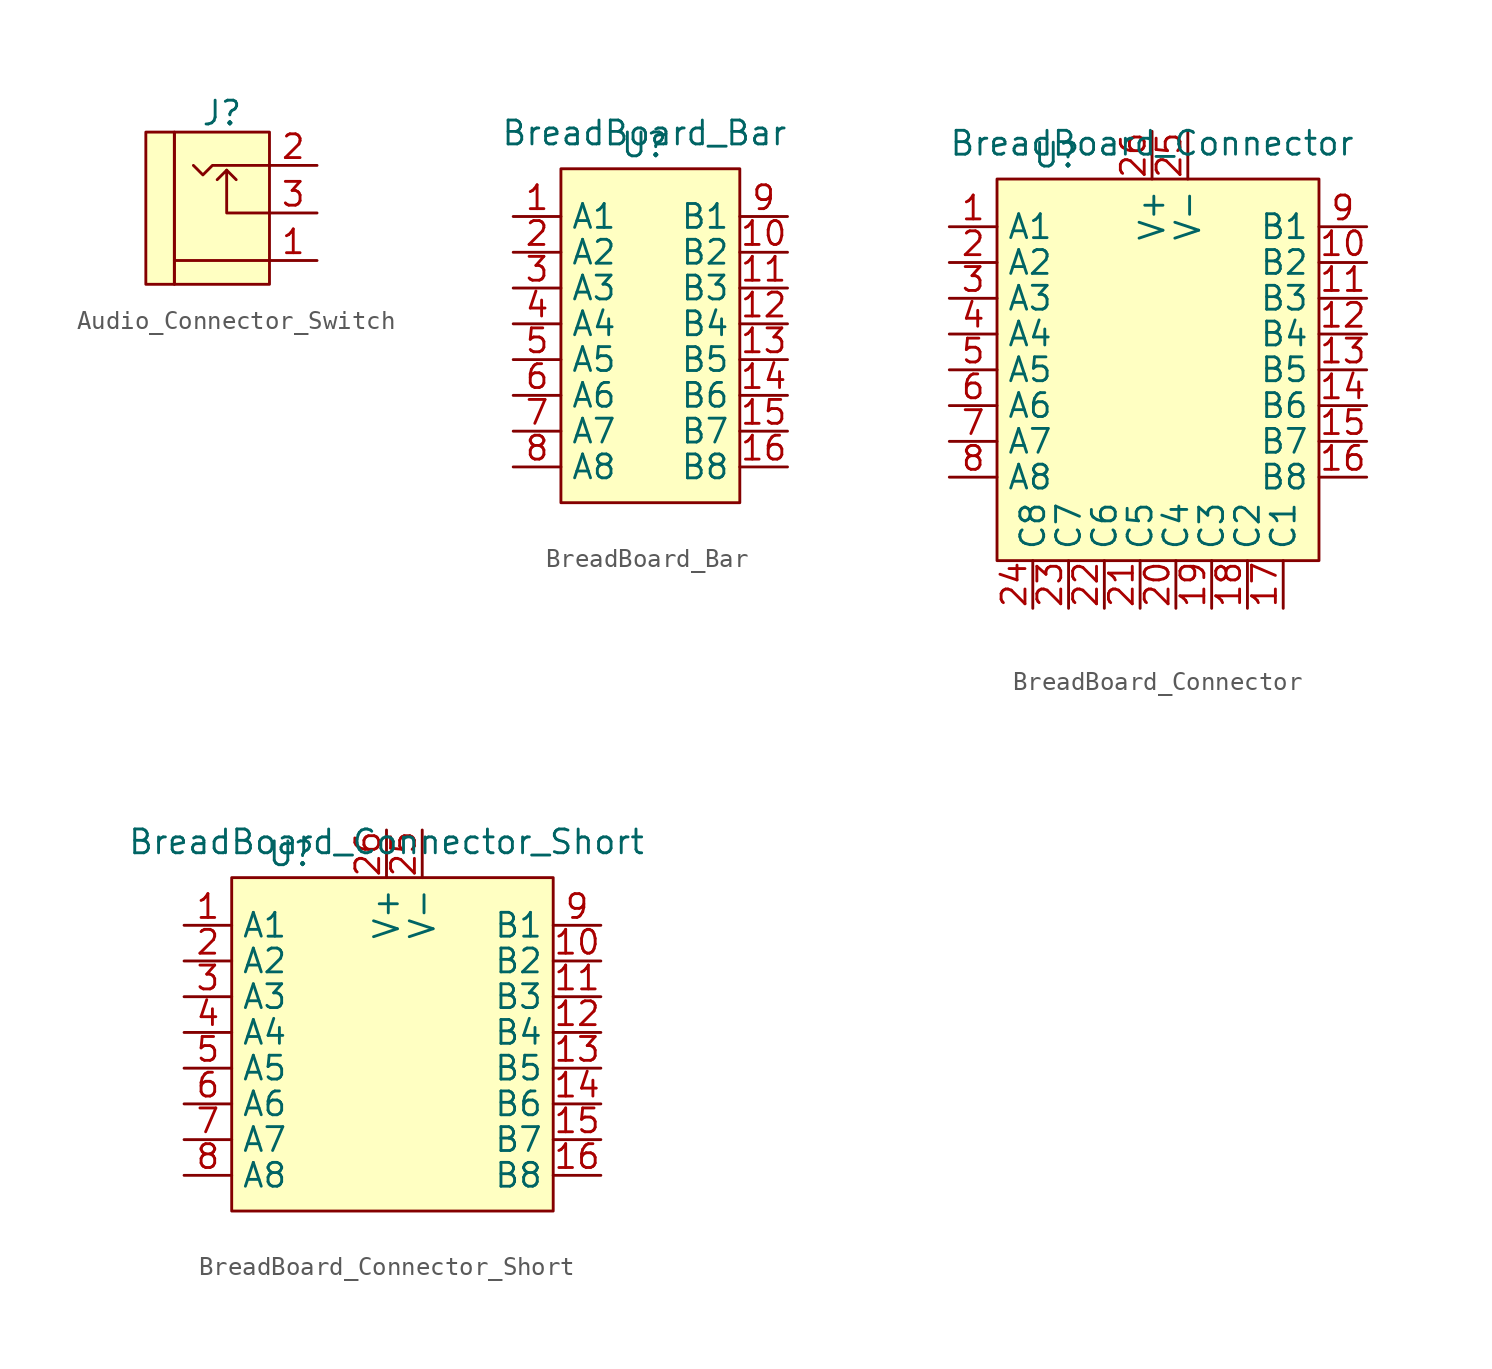
<source format=kicad_sym>
(kicad_symbol_lib
  (version 20241209)
  (generator "kicad_symbol_editor")
  (generator_version "9.0")
  (symbol "Audio_Connector_Switch"
    (property "Reference" "J"
      (at 0 2.794 0)
      (effects (font (size 1.27 1.27))))
    (property "Value" ""
      (at 0 0 0)
      (effects (font (size 1.27 1.27))))
    (symbol "Audio_Connector_Switch_0_1"
      (polyline (pts (xy 0.254 -0.254) (xy 0.762 -0.762)) (stroke (width 0) (type default)) (fill (type none)))
      (polyline (pts (xy 2.54 0) (xy -0.508 0) (xy -1.016 -0.508) (xy -1.524 0)) (stroke (width 0) (type default)) (fill (type none)))
      (polyline (pts (xy 2.54 -2.54) (xy 0.254 -2.54) (xy 0.254 -0.254) (xy -0.254 -0.762)) (stroke (width 0) (type default)) (fill (type none)))
      (polyline (pts (xy 2.54 -5.08) (xy -2.54 -5.08)) (stroke (width 0) (type default)) (fill (type none))))
    (symbol "Audio_Connector_Switch_1_1"
      (rectangle (start -4.064 1.778) (end -2.54 -6.35) (stroke (width 0) (type default)) (fill (type background)))
      (rectangle (start -2.54 1.778) (end 2.54 -6.35) (stroke (width 0) (type default)) (fill (type background)))
      (pin passive line (at 5.08 0 180) (length 2.54) (name "~" (effects (font (size 1.27 1.27)))) (number "2" (effects (font (size 1.27 1.27)))))
      (pin passive line (at 5.08 -2.54 180) (length 2.54) (name "~" (effects (font (size 1.27 1.27)))) (number "3" (effects (font (size 1.27 1.27)))))
      (pin passive line (at 5.08 -5.08 180) (length 2.54) (name "~" (effects (font (size 1.27 1.27)))) (number "1" (effects (font (size 1.27 1.27)))))))
  (symbol "BreadBoard_Bar"
    (property "Reference" "U"
      (at 0 -0.635 0)
      (effects (font (size 1.27 1.27))))
    (property "Value" "BreadBoard_Bar"
      (at 0 0 0)
      (effects (font (size 1.27 1.27))))
    (symbol "BreadBoard_Bar_1_1"
      (rectangle (start -4.445 -1.905) (end 5.08 -19.685) (stroke (width 0) (type default)) (fill (type background)))
      (pin passive line (at -6.985 -4.445 0) (length 2.54) (name "A1" (effects (font (size 1.27 1.27)))) (number "1" (effects (font (size 1.27 1.27)))))
      (pin passive line (at -6.985 -6.35 0) (length 2.54) (name "A2" (effects (font (size 1.27 1.27)))) (number "2" (effects (font (size 1.27 1.27)))))
      (pin passive line (at -6.985 -8.255 0) (length 2.54) (name "A3" (effects (font (size 1.27 1.27)))) (number "3" (effects (font (size 1.27 1.27)))))
      (pin passive line (at -6.985 -10.16 0) (length 2.54) (name "A4" (effects (font (size 1.27 1.27)))) (number "4" (effects (font (size 1.27 1.27)))))
      (pin passive line (at -6.985 -12.065 0) (length 2.54) (name "A5" (effects (font (size 1.27 1.27)))) (number "5" (effects (font (size 1.27 1.27)))))
      (pin passive line (at -6.985 -13.97 0) (length 2.54) (name "A6" (effects (font (size 1.27 1.27)))) (number "6" (effects (font (size 1.27 1.27)))))
      (pin passive line (at -6.985 -15.875 0) (length 2.54) (name "A7" (effects (font (size 1.27 1.27)))) (number "7" (effects (font (size 1.27 1.27)))))
      (pin passive line (at -6.985 -17.78 0) (length 2.54) (name "A8" (effects (font (size 1.27 1.27)))) (number "8" (effects (font (size 1.27 1.27)))))
      (pin passive line (at 7.62 -4.445 180) (length 2.54) (name "B1" (effects (font (size 1.27 1.27)))) (number "9" (effects (font (size 1.27 1.27)))))
      (pin passive line (at 7.62 -6.35 180) (length 2.54) (name "B2" (effects (font (size 1.27 1.27)))) (number "10" (effects (font (size 1.27 1.27)))))
      (pin passive line (at 7.62 -8.255 180) (length 2.54) (name "B3" (effects (font (size 1.27 1.27)))) (number "11" (effects (font (size 1.27 1.27)))))
      (pin passive line (at 7.62 -10.16 180) (length 2.54) (name "B4" (effects (font (size 1.27 1.27)))) (number "12" (effects (font (size 1.27 1.27)))))
      (pin passive line (at 7.62 -12.065 180) (length 2.54) (name "B5" (effects (font (size 1.27 1.27)))) (number "13" (effects (font (size 1.27 1.27)))))
      (pin passive line (at 7.62 -13.97 180) (length 2.54) (name "B6" (effects (font (size 1.27 1.27)))) (number "14" (effects (font (size 1.27 1.27)))))
      (pin passive line (at 7.62 -15.875 180) (length 2.54) (name "B7" (effects (font (size 1.27 1.27)))) (number "15" (effects (font (size 1.27 1.27)))))
      (pin passive line (at 7.62 -17.78 180) (length 2.54) (name "B8" (effects (font (size 1.27 1.27)))) (number "16" (effects (font (size 1.27 1.27)))))))
  (symbol "BreadBoard_Connector"
    (property "Reference" "U"
      (at -5.08 -0.635 0)
      (effects (font (size 1.27 1.27))))
    (property "Value" "BreadBoard_Connector"
      (at 0 0 0)
      (effects (font (size 1.27 1.27))))
    (symbol "BreadBoard_Connector_1_1"
      (rectangle (start -8.255 -1.905) (end 8.89 -22.225) (stroke (width 0) (type default)) (fill (type background)))
      (pin passive line (at -10.795 -4.445 0) (length 2.54) (name "A1" (effects (font (size 1.27 1.27)))) (number "1" (effects (font (size 1.27 1.27)))))
      (pin passive line (at -10.795 -6.35 0) (length 2.54) (name "A2" (effects (font (size 1.27 1.27)))) (number "2" (effects (font (size 1.27 1.27)))))
      (pin passive line (at -10.795 -8.255 0) (length 2.54) (name "A3" (effects (font (size 1.27 1.27)))) (number "3" (effects (font (size 1.27 1.27)))))
      (pin passive line (at -10.795 -10.16 0) (length 2.54) (name "A4" (effects (font (size 1.27 1.27)))) (number "4" (effects (font (size 1.27 1.27)))))
      (pin passive line (at -10.795 -12.065 0) (length 2.54) (name "A5" (effects (font (size 1.27 1.27)))) (number "5" (effects (font (size 1.27 1.27)))))
      (pin passive line (at -10.795 -13.97 0) (length 2.54) (name "A6" (effects (font (size 1.27 1.27)))) (number "6" (effects (font (size 1.27 1.27)))))
      (pin passive line (at -10.795 -15.875 0) (length 2.54) (name "A7" (effects (font (size 1.27 1.27)))) (number "7" (effects (font (size 1.27 1.27)))))
      (pin passive line (at -10.795 -17.78 0) (length 2.54) (name "A8" (effects (font (size 1.27 1.27)))) (number "8" (effects (font (size 1.27 1.27)))))
      (pin passive line (at -6.35 -24.765 90) (length 2.54) (name "C8" (effects (font (size 1.27 1.27)))) (number "24" (effects (font (size 1.27 1.27)))))
      (pin passive line (at -4.445 -24.765 90) (length 2.54) (name "C7" (effects (font (size 1.27 1.27)))) (number "23" (effects (font (size 1.27 1.27)))))
      (pin passive line (at -2.54 -24.765 90) (length 2.54) (name "C6" (effects (font (size 1.27 1.27)))) (number "22" (effects (font (size 1.27 1.27)))))
      (pin passive line (at -0.635 -24.765 90) (length 2.54) (name "C5" (effects (font (size 1.27 1.27)))) (number "21" (effects (font (size 1.27 1.27)))))
      (pin passive line (at 0 0.635 270) (length 2.54) (name "V+" (effects (font (size 1.27 1.27)))) (number "26" (effects (font (size 1.27 1.27)))))
      (pin passive line (at 1.27 -24.765 90) (length 2.54) (name "C4" (effects (font (size 1.27 1.27)))) (number "20" (effects (font (size 1.27 1.27)))))
      (pin passive line (at 1.905 0.635 270) (length 2.54) (name "V-" (effects (font (size 1.27 1.27)))) (number "25" (effects (font (size 1.27 1.27)))))
      (pin passive line (at 3.175 -24.765 90) (length 2.54) (name "C3" (effects (font (size 1.27 1.27)))) (number "19" (effects (font (size 1.27 1.27)))))
      (pin passive line (at 5.08 -24.765 90) (length 2.54) (name "C2" (effects (font (size 1.27 1.27)))) (number "18" (effects (font (size 1.27 1.27)))))
      (pin passive line (at 6.985 -24.765 90) (length 2.54) (name "C1" (effects (font (size 1.27 1.27)))) (number "17" (effects (font (size 1.27 1.27)))))
      (pin passive line (at 11.43 -4.445 180) (length 2.54) (name "B1" (effects (font (size 1.27 1.27)))) (number "9" (effects (font (size 1.27 1.27)))))
      (pin passive line (at 11.43 -6.35 180) (length 2.54) (name "B2" (effects (font (size 1.27 1.27)))) (number "10" (effects (font (size 1.27 1.27)))))
      (pin passive line (at 11.43 -8.255 180) (length 2.54) (name "B3" (effects (font (size 1.27 1.27)))) (number "11" (effects (font (size 1.27 1.27)))))
      (pin passive line (at 11.43 -10.16 180) (length 2.54) (name "B4" (effects (font (size 1.27 1.27)))) (number "12" (effects (font (size 1.27 1.27)))))
      (pin passive line (at 11.43 -12.065 180) (length 2.54) (name "B5" (effects (font (size 1.27 1.27)))) (number "13" (effects (font (size 1.27 1.27)))))
      (pin passive line (at 11.43 -13.97 180) (length 2.54) (name "B6" (effects (font (size 1.27 1.27)))) (number "14" (effects (font (size 1.27 1.27)))))
      (pin passive line (at 11.43 -15.875 180) (length 2.54) (name "B7" (effects (font (size 1.27 1.27)))) (number "15" (effects (font (size 1.27 1.27)))))
      (pin passive line (at 11.43 -17.78 180) (length 2.54) (name "B8" (effects (font (size 1.27 1.27)))) (number "16" (effects (font (size 1.27 1.27)))))))
  (symbol "BreadBoard_Connector_Short"
    (property "Reference" "U"
      (at -5.08 -0.635 0)
      (effects (font (size 1.27 1.27))))
    (property "Value" "BreadBoard_Connector_Short"
      (at 0 0 0)
      (effects (font (size 1.27 1.27))))
    (symbol "BreadBoard_Connector_Short_1_1"
      (rectangle (start -8.255 -1.905) (end 8.89 -19.685) (stroke (width 0) (type default)) (fill (type background)))
      (pin passive line (at -10.795 -4.445 0) (length 2.54) (name "A1" (effects (font (size 1.27 1.27)))) (number "1" (effects (font (size 1.27 1.27)))))
      (pin passive line (at -10.795 -6.35 0) (length 2.54) (name "A2" (effects (font (size 1.27 1.27)))) (number "2" (effects (font (size 1.27 1.27)))))
      (pin passive line (at -10.795 -8.255 0) (length 2.54) (name "A3" (effects (font (size 1.27 1.27)))) (number "3" (effects (font (size 1.27 1.27)))))
      (pin passive line (at -10.795 -10.16 0) (length 2.54) (name "A4" (effects (font (size 1.27 1.27)))) (number "4" (effects (font (size 1.27 1.27)))))
      (pin passive line (at -10.795 -12.065 0) (length 2.54) (name "A5" (effects (font (size 1.27 1.27)))) (number "5" (effects (font (size 1.27 1.27)))))
      (pin passive line (at -10.795 -13.97 0) (length 2.54) (name "A6" (effects (font (size 1.27 1.27)))) (number "6" (effects (font (size 1.27 1.27)))))
      (pin passive line (at -10.795 -15.875 0) (length 2.54) (name "A7" (effects (font (size 1.27 1.27)))) (number "7" (effects (font (size 1.27 1.27)))))
      (pin passive line (at -10.795 -17.78 0) (length 2.54) (name "A8" (effects (font (size 1.27 1.27)))) (number "8" (effects (font (size 1.27 1.27)))))
      (pin passive line (at 0 0.635 270) (length 2.54) (name "V+" (effects (font (size 1.27 1.27)))) (number "26" (effects (font (size 1.27 1.27)))))
      (pin passive line (at 1.905 0.635 270) (length 2.54) (name "V-" (effects (font (size 1.27 1.27)))) (number "25" (effects (font (size 1.27 1.27)))))
      (pin passive line (at 11.43 -4.445 180) (length 2.54) (name "B1" (effects (font (size 1.27 1.27)))) (number "9" (effects (font (size 1.27 1.27)))))
      (pin passive line (at 11.43 -6.35 180) (length 2.54) (name "B2" (effects (font (size 1.27 1.27)))) (number "10" (effects (font (size 1.27 1.27)))))
      (pin passive line (at 11.43 -8.255 180) (length 2.54) (name "B3" (effects (font (size 1.27 1.27)))) (number "11" (effects (font (size 1.27 1.27)))))
      (pin passive line (at 11.43 -10.16 180) (length 2.54) (name "B4" (effects (font (size 1.27 1.27)))) (number "12" (effects (font (size 1.27 1.27)))))
      (pin passive line (at 11.43 -12.065 180) (length 2.54) (name "B5" (effects (font (size 1.27 1.27)))) (number "13" (effects (font (size 1.27 1.27)))))
      (pin passive line (at 11.43 -13.97 180) (length 2.54) (name "B6" (effects (font (size 1.27 1.27)))) (number "14" (effects (font (size 1.27 1.27)))))
      (pin passive line (at 11.43 -15.875 180) (length 2.54) (name "B7" (effects (font (size 1.27 1.27)))) (number "15" (effects (font (size 1.27 1.27)))))
      (pin passive line (at 11.43 -17.78 180) (length 2.54) (name "B8" (effects (font (size 1.27 1.27)))) (number "16" (effects (font (size 1.27 1.27))))))))
</source>
